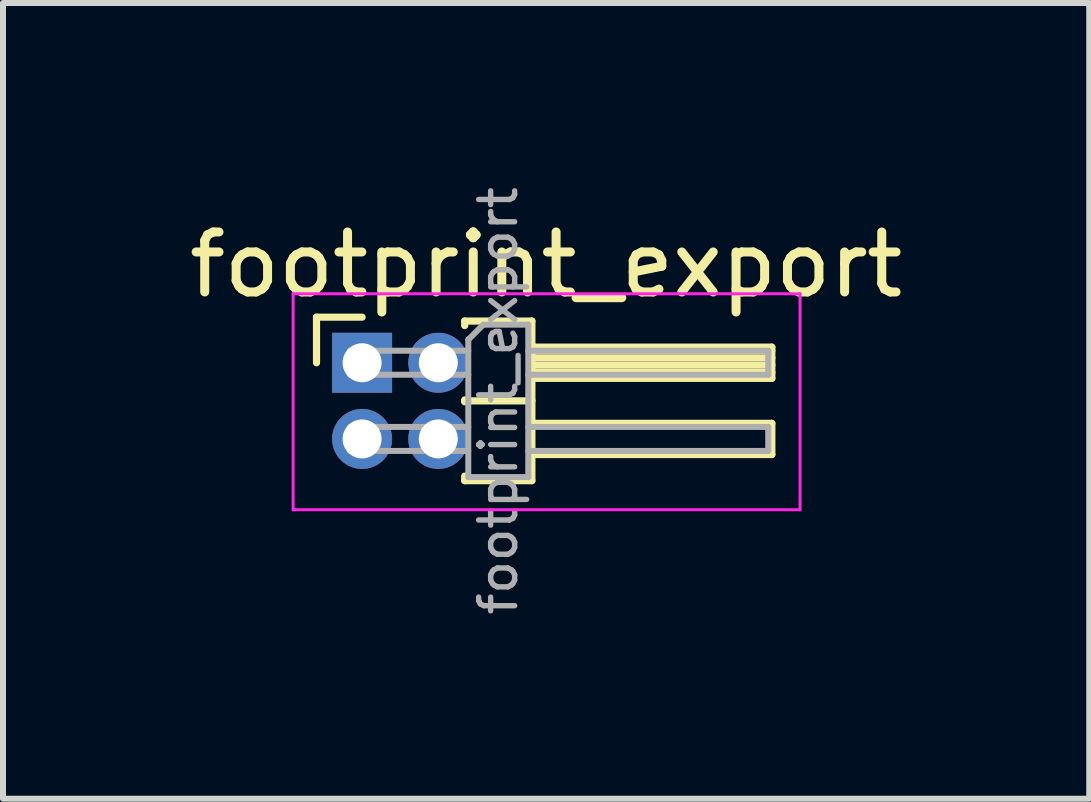
<source format=kicad_pcb>
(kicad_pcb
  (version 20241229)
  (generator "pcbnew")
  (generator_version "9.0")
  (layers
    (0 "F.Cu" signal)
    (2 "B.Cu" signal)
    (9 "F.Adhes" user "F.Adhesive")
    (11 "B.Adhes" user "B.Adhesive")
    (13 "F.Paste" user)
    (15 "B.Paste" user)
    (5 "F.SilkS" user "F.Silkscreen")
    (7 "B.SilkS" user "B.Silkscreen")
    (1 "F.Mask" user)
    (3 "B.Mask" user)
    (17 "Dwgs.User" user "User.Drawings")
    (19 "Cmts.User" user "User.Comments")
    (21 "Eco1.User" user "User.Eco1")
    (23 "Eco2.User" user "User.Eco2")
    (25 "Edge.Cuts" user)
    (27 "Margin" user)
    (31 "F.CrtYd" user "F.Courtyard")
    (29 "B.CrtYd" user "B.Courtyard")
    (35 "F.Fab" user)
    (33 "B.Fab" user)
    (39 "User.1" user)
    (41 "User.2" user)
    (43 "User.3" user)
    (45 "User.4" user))
  (footprint "footprint_export"
    (layer "F.Cu")
    (at 2.986 2.997)
    (property "Reference" "footprint_export" (at 3.067 -1.635 0) (layer "F.SilkS") (effects (font (size 1 1) (thickness 0.15))))
    (attr through_hole)
    (fp_line (start -0.76 -0.76) (end 0 -0.76) (stroke (width 0.12) (type solid)) (layer "F.SilkS"))
    (fp_line (start -0.76 0) (end -0.76 -0.76) (stroke (width 0.12) (type solid)) (layer "F.SilkS"))
    (fp_line (start 1.71 -0.695) (end 2.83 -0.695) (stroke (width 0.12) (type solid)) (layer "F.SilkS"))
    (fp_line (start 1.71 -0.62) (end 1.71 -0.695) (stroke (width 0.12) (type solid)) (layer "F.SilkS"))
    (fp_line (start 1.71 0.62) (end 1.71 0.65) (stroke (width 0.12) (type solid)) (layer "F.SilkS"))
    (fp_line (start 1.71 0.635) (end 2.83 0.635) (stroke (width 0.12) (type solid)) (layer "F.SilkS"))
    (fp_line (start 1.71 1.965) (end 1.71 1.89) (stroke (width 0.12) (type solid)) (layer "F.SilkS"))
    (fp_line (start 2.83 -0.695) (end 2.83 1.965) (stroke (width 0.12) (type solid)) (layer "F.SilkS"))
    (fp_line (start 2.83 -0.26) (end 6.83 -0.26) (stroke (width 0.12) (type solid)) (layer "F.SilkS"))
    (fp_line (start 2.83 -0.2) (end 6.83 -0.2) (stroke (width 0.12) (type solid)) (layer "F.SilkS"))
    (fp_line (start 2.83 -0.08) (end 6.83 -0.08) (stroke (width 0.12) (type solid)) (layer "F.SilkS"))
    (fp_line (start 2.83 0.04) (end 6.83 0.04) (stroke (width 0.12) (type solid)) (layer "F.SilkS"))
    (fp_line (start 2.83 0.16) (end 6.83 0.16) (stroke (width 0.12) (type solid)) (layer "F.SilkS"))
    (fp_line (start 2.83 1.01) (end 6.83 1.01) (stroke (width 0.12) (type solid)) (layer "F.SilkS"))
    (fp_line (start 2.83 1.965) (end 1.71 1.965) (stroke (width 0.12) (type solid)) (layer "F.SilkS"))
    (fp_line (start 6.83 -0.26) (end 6.83 0.26) (stroke (width 0.12) (type solid)) (layer "F.SilkS"))
    (fp_line (start 6.83 0.26) (end 2.83 0.26) (stroke (width 0.12) (type solid)) (layer "F.SilkS"))
    (fp_line (start 6.83 1.01) (end 6.83 1.53) (stroke (width 0.12) (type solid)) (layer "F.SilkS"))
    (fp_line (start 6.83 1.53) (end 2.83 1.53) (stroke (width 0.12) (type solid)) (layer "F.SilkS"))
    (fp_line (start -1.15 -1.15) (end -1.15 2.45) (stroke (width 0.05) (type solid)) (layer "F.CrtYd"))
    (fp_line (start -1.15 2.45) (end 7.3 2.45) (stroke (width 0.05) (type solid)) (layer "F.CrtYd"))
    (fp_line (start 7.3 -1.15) (end -1.15 -1.15) (stroke (width 0.05) (type solid)) (layer "F.CrtYd"))
    (fp_line (start 7.3 2.45) (end 7.3 -1.15) (stroke (width 0.05) (type solid)) (layer "F.CrtYd"))
    (fp_line (start -0.2 -0.2) (end -0.2 0.2) (stroke (width 0.1) (type solid)) (layer "F.Fab"))
    (fp_line (start -0.2 -0.2) (end 1.77 -0.2) (stroke (width 0.1) (type solid)) (layer "F.Fab"))
    (fp_line (start -0.2 0.2) (end 1.77 0.2) (stroke (width 0.1) (type solid)) (layer "F.Fab"))
    (fp_line (start -0.2 1.07) (end -0.2 1.47) (stroke (width 0.1) (type solid)) (layer "F.Fab"))
    (fp_line (start -0.2 1.07) (end 1.77 1.07) (stroke (width 0.1) (type solid)) (layer "F.Fab"))
    (fp_line (start -0.2 1.47) (end 1.77 1.47) (stroke (width 0.1) (type solid)) (layer "F.Fab"))
    (fp_line (start 1.77 -0.385) (end 2.02 -0.635) (stroke (width 0.1) (type solid)) (layer "F.Fab"))
    (fp_line (start 1.77 1.905) (end 1.77 -0.385) (stroke (width 0.1) (type solid)) (layer "F.Fab"))
    (fp_line (start 2.02 -0.635) (end 2.77 -0.635) (stroke (width 0.1) (type solid)) (layer "F.Fab"))
    (fp_line (start 2.77 -0.635) (end 2.77 1.905) (stroke (width 0.1) (type solid)) (layer "F.Fab"))
    (fp_line (start 2.77 -0.2) (end 6.77 -0.2) (stroke (width 0.1) (type solid)) (layer "F.Fab"))
    (fp_line (start 2.77 0.2) (end 6.77 0.2) (stroke (width 0.1) (type solid)) (layer "F.Fab"))
    (fp_line (start 2.77 1.07) (end 6.77 1.07) (stroke (width 0.1) (type solid)) (layer "F.Fab"))
    (fp_line (start 2.77 1.47) (end 6.77 1.47) (stroke (width 0.1) (type solid)) (layer "F.Fab"))
    (fp_line (start 2.77 1.905) (end 1.77 1.905) (stroke (width 0.1) (type solid)) (layer "F.Fab"))
    (fp_line (start 6.77 -0.2) (end 6.77 0.2) (stroke (width 0.1) (type solid)) (layer "F.Fab"))
    (fp_line (start 6.77 1.07) (end 6.77 1.47) (stroke (width 0.1) (type solid)) (layer "F.Fab"))
    (fp_text user "${REFERENCE}" (at 2.27 0.635 90) (layer "F.Fab") (effects (font (size 0.6 0.6) (thickness 0.09))))
    (pad "1" thru_hole rect (at 0 0) (size 1 1) (drill 0.65) (layers "*.Cu" "*.Mask"))
    (pad "2" thru_hole oval (at 1.27 0) (size 1 1) (drill 0.65) (layers "*.Cu" "*.Mask"))
    (pad "3" thru_hole oval (at 0 1.27) (size 1 1) (drill 0.65) (layers "*.Cu" "*.Mask"))
    (pad "4" thru_hole oval (at 1.27 1.27) (size 1 1) (drill 0.65) (layers "*.Cu" "*.Mask")))
  (gr_rect
    (start -3 -3)
    (end 15.107 10.264)
    (stroke (width 0.1) (type default))
    (fill no)
    (layer "Edge.Cuts")))
</source>
